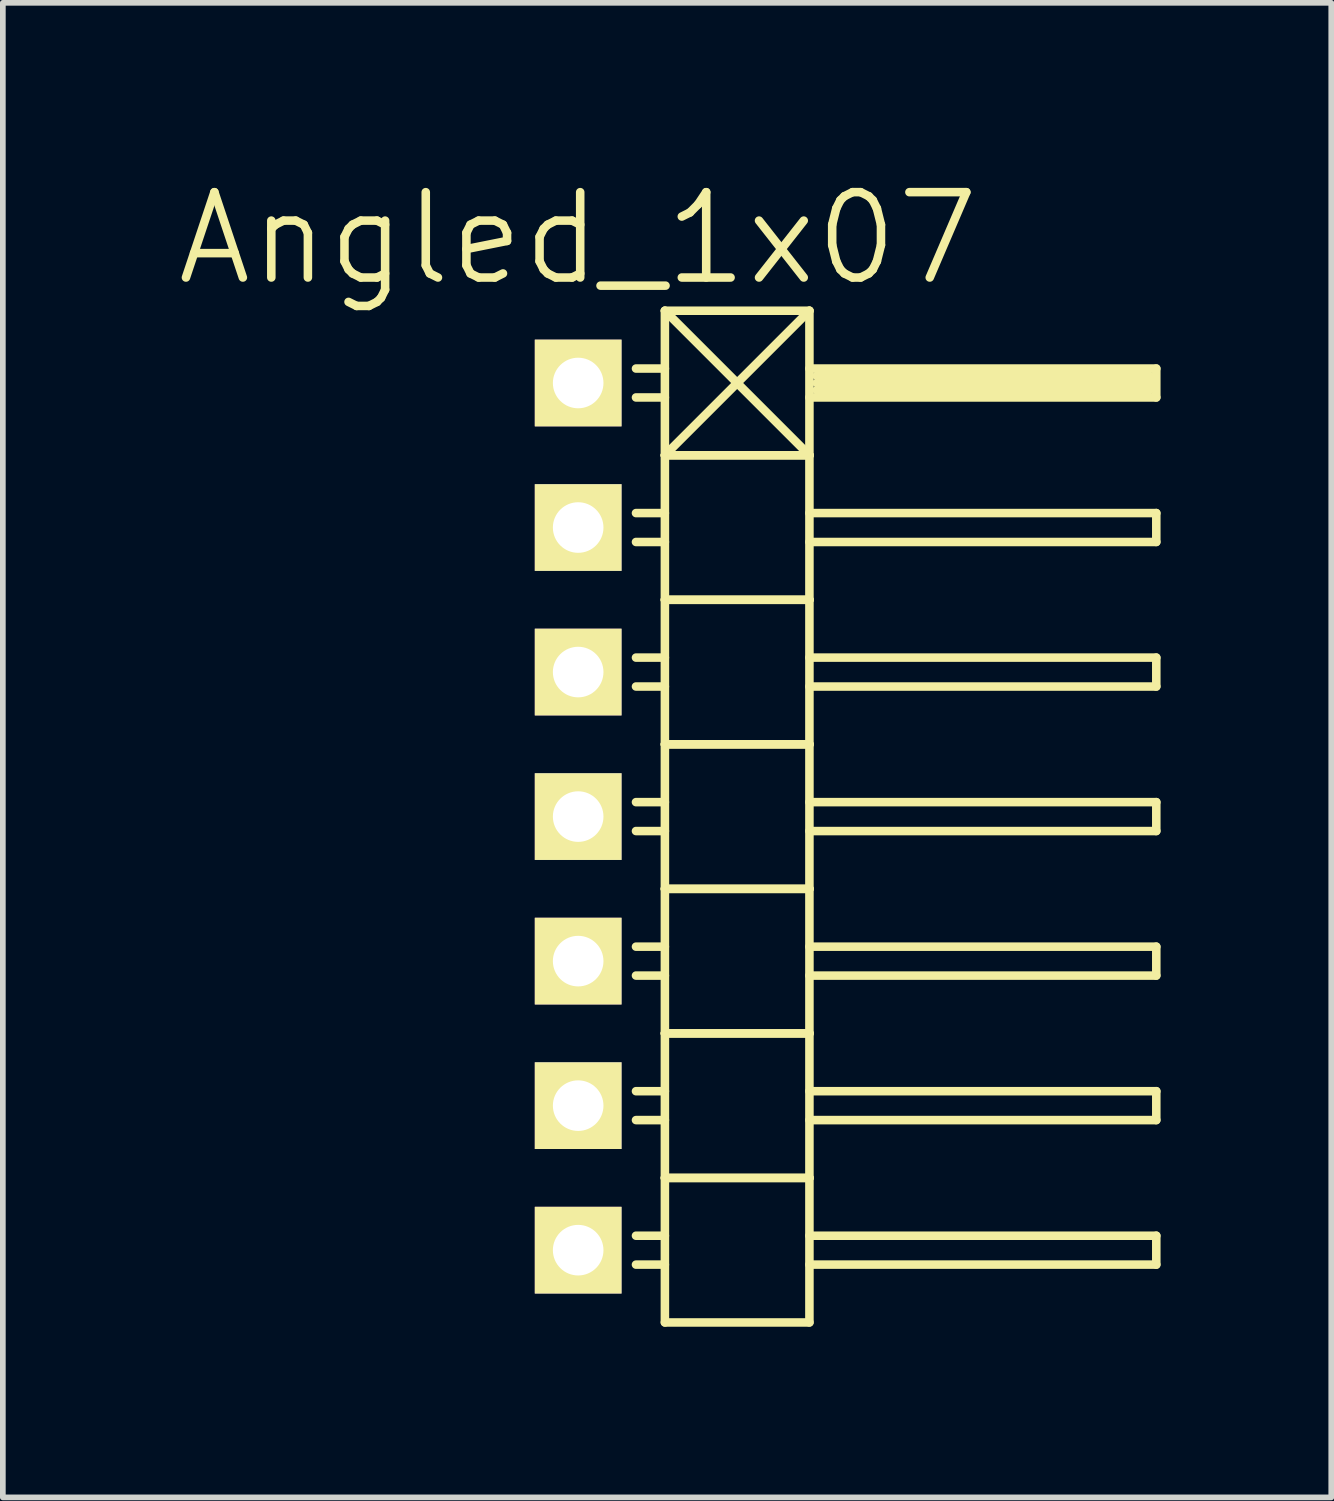
<source format=kicad_pcb>
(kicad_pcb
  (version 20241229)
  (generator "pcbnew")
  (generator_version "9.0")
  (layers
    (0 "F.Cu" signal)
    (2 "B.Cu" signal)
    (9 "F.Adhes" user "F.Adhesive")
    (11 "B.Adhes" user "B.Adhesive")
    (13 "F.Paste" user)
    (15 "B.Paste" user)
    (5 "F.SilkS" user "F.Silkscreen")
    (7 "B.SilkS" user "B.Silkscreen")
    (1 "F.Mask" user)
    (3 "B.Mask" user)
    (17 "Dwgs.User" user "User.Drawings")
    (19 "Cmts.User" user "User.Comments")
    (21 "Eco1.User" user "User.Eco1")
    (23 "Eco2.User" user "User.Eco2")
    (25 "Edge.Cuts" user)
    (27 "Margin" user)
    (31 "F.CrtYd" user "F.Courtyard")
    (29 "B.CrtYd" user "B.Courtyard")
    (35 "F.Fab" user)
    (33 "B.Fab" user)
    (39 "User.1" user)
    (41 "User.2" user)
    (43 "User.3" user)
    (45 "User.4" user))
  (footprint "Angled_1x07"
    (layer "F.Cu")
    (at 7.111 11.301)
    (property "Reference" "Angled_1x07" (at 0 -10.16 0) (layer "F.SilkS") (effects (font (size 1.5 1.5) (thickness 0.15))))
    (attr through_hole)
    (fp_line (start 1.524 -8.89) (end 1.524 -6.35) (stroke (width 0.15) (type solid)) (layer "F.SilkS"))
    (fp_line (start 1.524 -8.89) (end 4.064 -8.89) (stroke (width 0.15) (type solid)) (layer "F.SilkS"))
    (fp_line (start 1.524 -7.874) (end 1.016 -7.874) (stroke (width 0.15) (type solid)) (layer "F.SilkS"))
    (fp_line (start 1.524 -7.366) (end 1.016 -7.366) (stroke (width 0.15) (type solid)) (layer "F.SilkS"))
    (fp_line (start 1.524 -6.35) (end 1.524 -3.81) (stroke (width 0.15) (type solid)) (layer "F.SilkS"))
    (fp_line (start 1.524 -6.35) (end 4.064 -6.35) (stroke (width 0.15) (type solid)) (layer "F.SilkS"))
    (fp_line (start 1.524 -6.35) (end 4.064 -6.35) (stroke (width 0.15) (type solid)) (layer "F.SilkS"))
    (fp_line (start 1.524 -5.334) (end 1.016 -5.334) (stroke (width 0.15) (type solid)) (layer "F.SilkS"))
    (fp_line (start 1.524 -4.826) (end 1.016 -4.826) (stroke (width 0.15) (type solid)) (layer "F.SilkS"))
    (fp_line (start 1.524 -3.81) (end 1.524 -1.27) (stroke (width 0.15) (type solid)) (layer "F.SilkS"))
    (fp_line (start 1.524 -3.81) (end 4.064 -3.81) (stroke (width 0.15) (type solid)) (layer "F.SilkS"))
    (fp_line (start 1.524 -3.81) (end 4.064 -3.81) (stroke (width 0.15) (type solid)) (layer "F.SilkS"))
    (fp_line (start 1.524 -2.794) (end 1.016 -2.794) (stroke (width 0.15) (type solid)) (layer "F.SilkS"))
    (fp_line (start 1.524 -2.286) (end 1.016 -2.286) (stroke (width 0.15) (type solid)) (layer "F.SilkS"))
    (fp_line (start 1.524 -1.27) (end 1.524 1.27) (stroke (width 0.15) (type solid)) (layer "F.SilkS"))
    (fp_line (start 1.524 -1.27) (end 4.064 -1.27) (stroke (width 0.15) (type solid)) (layer "F.SilkS"))
    (fp_line (start 1.524 -1.27) (end 4.064 -1.27) (stroke (width 0.15) (type solid)) (layer "F.SilkS"))
    (fp_line (start 1.524 -0.254) (end 1.016 -0.254) (stroke (width 0.15) (type solid)) (layer "F.SilkS"))
    (fp_line (start 1.524 0.254) (end 1.016 0.254) (stroke (width 0.15) (type solid)) (layer "F.SilkS"))
    (fp_line (start 1.524 1.27) (end 1.524 3.81) (stroke (width 0.15) (type solid)) (layer "F.SilkS"))
    (fp_line (start 1.524 1.27) (end 4.064 1.27) (stroke (width 0.15) (type solid)) (layer "F.SilkS"))
    (fp_line (start 1.524 1.27) (end 4.064 1.27) (stroke (width 0.15) (type solid)) (layer "F.SilkS"))
    (fp_line (start 1.524 2.286) (end 1.016 2.286) (stroke (width 0.15) (type solid)) (layer "F.SilkS"))
    (fp_line (start 1.524 2.794) (end 1.016 2.794) (stroke (width 0.15) (type solid)) (layer "F.SilkS"))
    (fp_line (start 1.524 3.81) (end 1.524 6.35) (stroke (width 0.15) (type solid)) (layer "F.SilkS"))
    (fp_line (start 1.524 3.81) (end 4.064 3.81) (stroke (width 0.15) (type solid)) (layer "F.SilkS"))
    (fp_line (start 1.524 3.81) (end 4.064 3.81) (stroke (width 0.15) (type solid)) (layer "F.SilkS"))
    (fp_line (start 1.524 4.826) (end 1.016 4.826) (stroke (width 0.15) (type solid)) (layer "F.SilkS"))
    (fp_line (start 1.524 5.334) (end 1.016 5.334) (stroke (width 0.15) (type solid)) (layer "F.SilkS"))
    (fp_line (start 1.524 6.35) (end 1.524 8.89) (stroke (width 0.15) (type solid)) (layer "F.SilkS"))
    (fp_line (start 1.524 6.35) (end 4.064 6.35) (stroke (width 0.15) (type solid)) (layer "F.SilkS"))
    (fp_line (start 1.524 6.35) (end 4.064 6.35) (stroke (width 0.15) (type solid)) (layer "F.SilkS"))
    (fp_line (start 1.524 7.366) (end 1.016 7.366) (stroke (width 0.15) (type solid)) (layer "F.SilkS"))
    (fp_line (start 1.524 7.874) (end 1.016 7.874) (stroke (width 0.15) (type solid)) (layer "F.SilkS"))
    (fp_line (start 1.524 8.89) (end 4.064 8.89) (stroke (width 0.15) (type solid)) (layer "F.SilkS"))
    (fp_line (start 4.064 -8.89) (end 1.524 -6.35) (stroke (width 0.15) (type solid)) (layer "F.SilkS"))
    (fp_line (start 4.064 -7.874) (end 10.16 -7.874) (stroke (width 0.15) (type solid)) (layer "F.SilkS"))
    (fp_line (start 4.064 -6.35) (end 1.524 -8.89) (stroke (width 0.15) (type solid)) (layer "F.SilkS"))
    (fp_line (start 4.064 -6.35) (end 4.064 -8.89) (stroke (width 0.15) (type solid)) (layer "F.SilkS"))
    (fp_line (start 4.064 -5.334) (end 10.16 -5.334) (stroke (width 0.15) (type solid)) (layer "F.SilkS"))
    (fp_line (start 4.064 -3.81) (end 4.064 -6.35) (stroke (width 0.15) (type solid)) (layer "F.SilkS"))
    (fp_line (start 4.064 -2.794) (end 10.16 -2.794) (stroke (width 0.15) (type solid)) (layer "F.SilkS"))
    (fp_line (start 4.064 -1.27) (end 4.064 -3.81) (stroke (width 0.15) (type solid)) (layer "F.SilkS"))
    (fp_line (start 4.064 -0.254) (end 10.16 -0.254) (stroke (width 0.15) (type solid)) (layer "F.SilkS"))
    (fp_line (start 4.064 1.27) (end 4.064 -1.27) (stroke (width 0.15) (type solid)) (layer "F.SilkS"))
    (fp_line (start 4.064 2.286) (end 10.16 2.286) (stroke (width 0.15) (type solid)) (layer "F.SilkS"))
    (fp_line (start 4.064 3.81) (end 4.064 1.27) (stroke (width 0.15) (type solid)) (layer "F.SilkS"))
    (fp_line (start 4.064 4.826) (end 10.16 4.826) (stroke (width 0.15) (type solid)) (layer "F.SilkS"))
    (fp_line (start 4.064 6.35) (end 4.064 3.81) (stroke (width 0.15) (type solid)) (layer "F.SilkS"))
    (fp_line (start 4.064 7.366) (end 10.16 7.366) (stroke (width 0.15) (type solid)) (layer "F.SilkS"))
    (fp_line (start 4.064 8.89) (end 4.064 6.35) (stroke (width 0.15) (type solid)) (layer "F.SilkS"))
    (fp_line (start 4.191 -7.747) (end 10.033 -7.747) (stroke (width 0.15) (type solid)) (layer "F.SilkS"))
    (fp_line (start 4.191 -7.62) (end 10.033 -7.62) (stroke (width 0.15) (type solid)) (layer "F.SilkS"))
    (fp_line (start 10.033 -7.747) (end 10.033 -7.493) (stroke (width 0.15) (type solid)) (layer "F.SilkS"))
    (fp_line (start 10.033 -7.493) (end 4.191 -7.493) (stroke (width 0.15) (type solid)) (layer "F.SilkS"))
    (fp_line (start 10.16 -7.874) (end 10.16 -7.366) (stroke (width 0.15) (type solid)) (layer "F.SilkS"))
    (fp_line (start 10.16 -7.366) (end 4.064 -7.366) (stroke (width 0.15) (type solid)) (layer "F.SilkS"))
    (fp_line (start 10.16 -5.334) (end 10.16 -4.826) (stroke (width 0.15) (type solid)) (layer "F.SilkS"))
    (fp_line (start 10.16 -4.826) (end 4.064 -4.826) (stroke (width 0.15) (type solid)) (layer "F.SilkS"))
    (fp_line (start 10.16 -2.794) (end 10.16 -2.286) (stroke (width 0.15) (type solid)) (layer "F.SilkS"))
    (fp_line (start 10.16 -2.286) (end 4.064 -2.286) (stroke (width 0.15) (type solid)) (layer "F.SilkS"))
    (fp_line (start 10.16 -0.254) (end 10.16 0.254) (stroke (width 0.15) (type solid)) (layer "F.SilkS"))
    (fp_line (start 10.16 0.254) (end 4.064 0.254) (stroke (width 0.15) (type solid)) (layer "F.SilkS"))
    (fp_line (start 10.16 2.286) (end 10.16 2.794) (stroke (width 0.15) (type solid)) (layer "F.SilkS"))
    (fp_line (start 10.16 2.794) (end 4.064 2.794) (stroke (width 0.15) (type solid)) (layer "F.SilkS"))
    (fp_line (start 10.16 4.826) (end 10.16 5.334) (stroke (width 0.15) (type solid)) (layer "F.SilkS"))
    (fp_line (start 10.16 5.334) (end 4.064 5.334) (stroke (width 0.15) (type solid)) (layer "F.SilkS"))
    (fp_line (start 10.16 7.366) (end 10.16 7.874) (stroke (width 0.15) (type solid)) (layer "F.SilkS"))
    (fp_line (start 10.16 7.874) (end 4.064 7.874) (stroke (width 0.15) (type solid)) (layer "F.SilkS"))
    (pad "1" thru_hole rect (at 0 -7.62) (size 1.524 1.524) (drill 0.889) (layers "*.Cu" "*.Mask" "F.SilkS"))
    (pad "2" thru_hole rect (at 0 -5.08) (size 1.524 1.524) (drill 0.889) (layers "*.Cu" "*.Mask" "F.SilkS"))
    (pad "3" thru_hole rect (at 0 -2.54) (size 1.524 1.524) (drill 0.889) (layers "*.Cu" "*.Mask" "F.SilkS"))
    (pad "4" thru_hole rect (at 0 0) (size 1.524 1.524) (drill 0.889) (layers "*.Cu" "*.Mask" "F.SilkS"))
    (pad "5" thru_hole rect (at 0 2.54) (size 1.524 1.524) (drill 0.889) (layers "*.Cu" "*.Mask" "F.SilkS"))
    (pad "6" thru_hole rect (at 0 5.08) (size 1.524 1.524) (drill 0.889) (layers "*.Cu" "*.Mask" "F.SilkS"))
    (pad "7" thru_hole rect (at 0 7.62) (size 1.524 1.524) (drill 0.889) (layers "*.Cu" "*.Mask" "F.SilkS")))
  (gr_rect
    (start -3 -3)
    (end 20.346 23.266)
    (stroke (width 0.1) (type default))
    (fill no)
    (layer "Edge.Cuts")))
</source>
